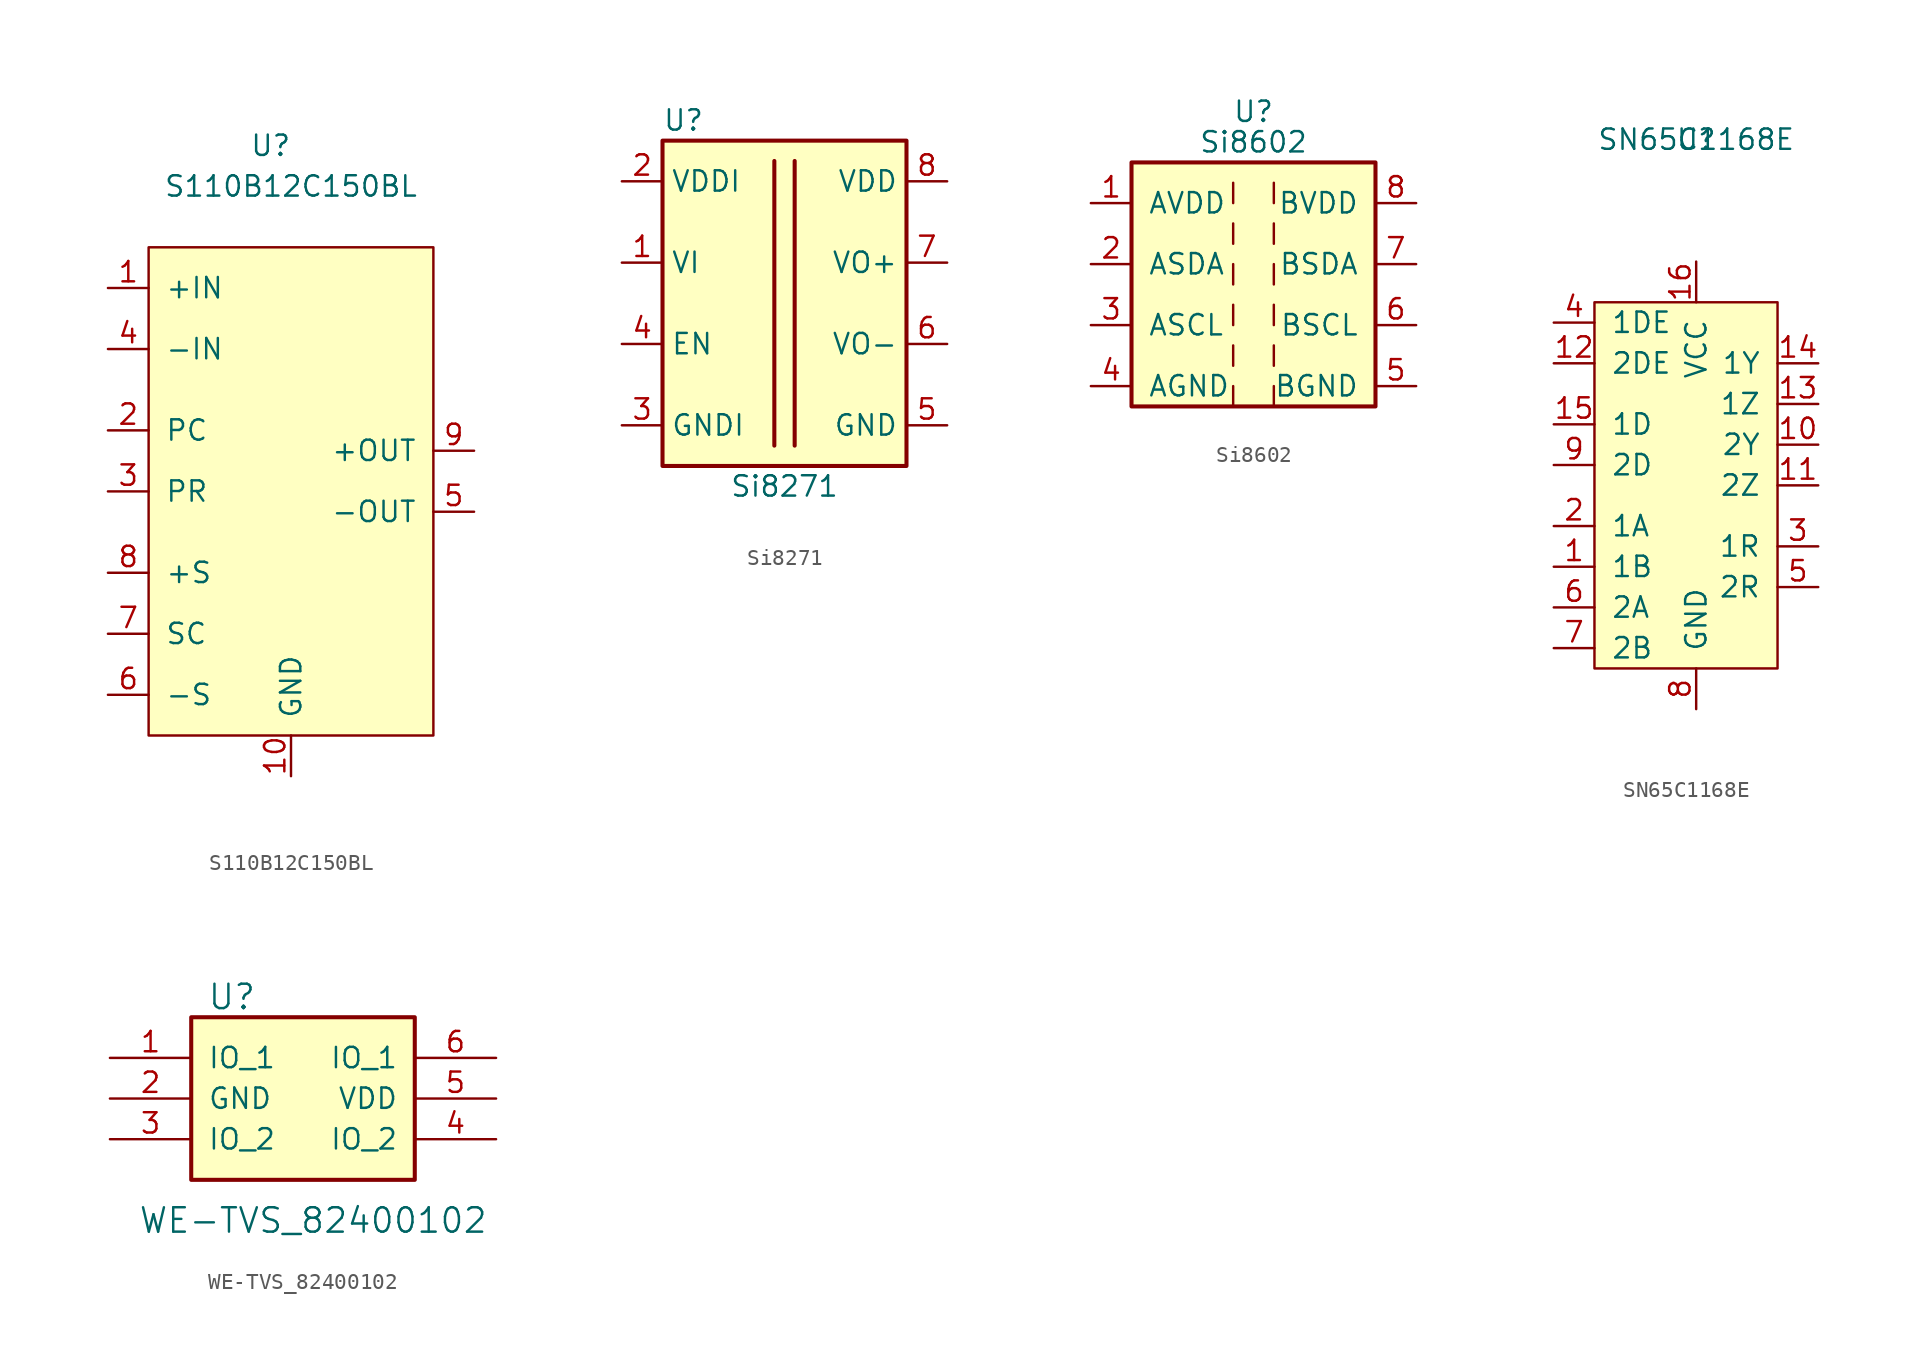
<source format=kicad_sym>
(kicad_symbol_lib
  (version 20211014)
  (generator kicad_symbol_editor)
  (symbol "S110B12C150BL"
    (pin_names
      (offset 1.016))
    (property "Reference" "U"
      (at -1.27 22.86 0)
      (effects (font (size 1.27 1.27))))
    (property "Value" "S110B12C150BL"
      (at 0 20.32 0)
      (effects (font (size 1.27 1.27))))
    (symbol "S110B12C150BL_0_1"
      (rectangle (start -8.89 16.51) (end 8.89 -13.97) (stroke (width 0) (type default) (color 0 0 0 0)) (fill (type background))))
    (symbol "S110B12C150BL_1_1"
      (pin input line (at -11.43 13.97 0) (length 2.54) (name "+IN" (effects (font (size 1.27 1.27)))) (number "1" (effects (font (size 1.27 1.27)))))
      (pin power_in line (at 0 -16.51 90) (length 2.54) (name "GND" (effects (font (size 1.27 1.27)))) (number "10" (effects (font (size 1.27 1.27)))))
      (pin passive line (at 0 -16.51 90) (length 2.54) hide (name "GND" (effects (font (size 1.27 1.27)))) (number "11" (effects (font (size 1.27 1.27)))))
      (pin passive line (at 0 -16.51 90) (length 2.54) hide (name "GND" (effects (font (size 1.27 1.27)))) (number "12" (effects (font (size 1.27 1.27)))))
      (pin passive line (at 0 -16.51 90) (length 2.54) hide (name "GND" (effects (font (size 1.27 1.27)))) (number "13" (effects (font (size 1.27 1.27)))))
      (pin passive line (at 0 -16.51 90) (length 2.54) hide (name "GND" (effects (font (size 1.27 1.27)))) (number "14" (effects (font (size 1.27 1.27)))))
      (pin passive line (at 0 -16.51 90) (length 2.54) hide (name "GND" (effects (font (size 1.27 1.27)))) (number "15" (effects (font (size 1.27 1.27)))))
      (pin input line (at -11.43 5.08 0) (length 2.54) (name "PC" (effects (font (size 1.27 1.27)))) (number "2" (effects (font (size 1.27 1.27)))))
      (pin input line (at -11.43 1.27 0) (length 2.54) (name "PR" (effects (font (size 1.27 1.27)))) (number "3" (effects (font (size 1.27 1.27)))))
      (pin input line (at -11.43 10.16 0) (length 2.54) (name "-IN" (effects (font (size 1.27 1.27)))) (number "4" (effects (font (size 1.27 1.27)))))
      (pin output line (at 11.43 0 180) (length 2.54) (name "-OUT" (effects (font (size 1.27 1.27)))) (number "5" (effects (font (size 1.27 1.27)))))
      (pin passive line (at -11.43 -11.43 0) (length 2.54) (name "-S" (effects (font (size 1.27 1.27)))) (number "6" (effects (font (size 1.27 1.27)))))
      (pin input line (at -11.43 -7.62 0) (length 2.54) (name "SC" (effects (font (size 1.27 1.27)))) (number "7" (effects (font (size 1.27 1.27)))))
      (pin passive line (at -11.43 -3.81 0) (length 2.54) (name "+S" (effects (font (size 1.27 1.27)))) (number "8" (effects (font (size 1.27 1.27)))))
      (pin output line (at 11.43 3.81 180) (length 2.54) (name "+OUT" (effects (font (size 1.27 1.27)))) (number "9" (effects (font (size 1.27 1.27)))))))
  (symbol "Si8271"
    (property "Reference" "U"
      (at -7.62 11.43 0)
      (effects (font (size 1.27 1.27)) (justify left)))
    (property "Value" "Si8271"
      (at 0 -11.43 0)
      (effects (font (size 1.27 1.27))))
    (symbol "Si8271_0_1"
      (rectangle (start -7.62 10.16) (end 7.62 -10.16) (stroke (width 0.254) (type default) (color 0 0 0 0)) (fill (type background)))
      (polyline (pts (xy -0.635 8.89) (xy -0.635 -8.89)) (stroke (width 0.254) (type default) (color 0 0 0 0)) (fill (type none)))
      (polyline (pts (xy 0.635 -8.89) (xy 0.635 8.89)) (stroke (width 0.254) (type default) (color 0 0 0 0)) (fill (type none))))
    (symbol "Si8271_1_1"
      (pin input line (at -10.16 2.54 0) (length 2.54) (name "VI" (effects (font (size 1.27 1.27)))) (number "1" (effects (font (size 1.27 1.27)))))
      (pin power_in line (at -10.16 7.62 0) (length 2.54) (name "VDDI" (effects (font (size 1.27 1.27)))) (number "2" (effects (font (size 1.27 1.27)))))
      (pin power_in line (at -10.16 -7.62 0) (length 2.54) (name "GNDI" (effects (font (size 1.27 1.27)))) (number "3" (effects (font (size 1.27 1.27)))))
      (pin input line (at -10.16 -2.54 0) (length 2.54) (name "EN" (effects (font (size 1.27 1.27)))) (number "4" (effects (font (size 1.27 1.27)))))
      (pin power_in line (at 10.16 -7.62 180) (length 2.54) (name "GND" (effects (font (size 1.27 1.27)))) (number "5" (effects (font (size 1.27 1.27)))))
      (pin output line (at 10.16 -2.54 180) (length 2.54) (name "VO-" (effects (font (size 1.27 1.27)))) (number "6" (effects (font (size 1.27 1.27)))))
      (pin output line (at 10.16 2.54 180) (length 2.54) (name "VO+" (effects (font (size 1.27 1.27)))) (number "7" (effects (font (size 1.27 1.27)))))
      (pin power_in line (at 10.16 7.62 180) (length 2.54) (name "VDD" (effects (font (size 1.27 1.27)))) (number "8" (effects (font (size 1.27 1.27)))))))
  (symbol "Si8602"
    (pin_names
      (offset 1.016))
    (property "Reference" "U"
      (at 0 10.795 0)
      (effects (font (size 1.27 1.27))))
    (property "Value" "Si8602"
      (at 0 8.89 0)
      (effects (font (size 1.27 1.27))))
    (symbol "Si8602_0_1"
      (rectangle (start -7.62 7.62) (end 7.62 -7.62) (stroke (width 0.254) (type default) (color 0 0 0 0)) (fill (type background)))
      (polyline (pts (xy -1.27 -6.35) (xy -1.27 -7.62)) (stroke (width 0) (type default) (color 0 0 0 0)) (fill (type none)))
      (polyline (pts (xy -1.27 -3.81) (xy -1.27 -5.08)) (stroke (width 0) (type default) (color 0 0 0 0)) (fill (type none)))
      (polyline (pts (xy -1.27 -1.27) (xy -1.27 -2.54)) (stroke (width 0) (type default) (color 0 0 0 0)) (fill (type none)))
      (polyline (pts (xy -1.27 1.27) (xy -1.27 0)) (stroke (width 0) (type default) (color 0 0 0 0)) (fill (type none)))
      (polyline (pts (xy -1.27 3.81) (xy -1.27 2.54)) (stroke (width 0) (type default) (color 0 0 0 0)) (fill (type none)))
      (polyline (pts (xy -1.27 6.35) (xy -1.27 5.08)) (stroke (width 0) (type default) (color 0 0 0 0)) (fill (type none)))
      (polyline (pts (xy 1.27 -6.35) (xy 1.27 -7.62)) (stroke (width 0) (type default) (color 0 0 0 0)) (fill (type none)))
      (polyline (pts (xy 1.27 -3.81) (xy 1.27 -5.08)) (stroke (width 0) (type default) (color 0 0 0 0)) (fill (type none)))
      (polyline (pts (xy 1.27 -1.27) (xy 1.27 -2.54)) (stroke (width 0) (type default) (color 0 0 0 0)) (fill (type none)))
      (polyline (pts (xy 1.27 1.27) (xy 1.27 0)) (stroke (width 0) (type default) (color 0 0 0 0)) (fill (type none)))
      (polyline (pts (xy 1.27 3.81) (xy 1.27 2.54)) (stroke (width 0) (type default) (color 0 0 0 0)) (fill (type none)))
      (polyline (pts (xy 1.27 6.35) (xy 1.27 5.08)) (stroke (width 0) (type default) (color 0 0 0 0)) (fill (type none))))
    (symbol "Si8602_1_1"
      (pin power_in line (at -10.16 5.08 0) (length 2.54) (name "AVDD" (effects (font (size 1.27 1.27)))) (number "1" (effects (font (size 1.27 1.27)))))
      (pin bidirectional line (at -10.16 1.27 0) (length 2.54) (name "ASDA" (effects (font (size 1.27 1.27)))) (number "2" (effects (font (size 1.27 1.27)))))
      (pin bidirectional line (at -10.16 -2.54 0) (length 2.54) (name "ASCL" (effects (font (size 1.27 1.27)))) (number "3" (effects (font (size 1.27 1.27)))))
      (pin power_in line (at -10.16 -6.35 0) (length 2.54) (name "AGND" (effects (font (size 1.27 1.27)))) (number "4" (effects (font (size 1.27 1.27)))))
      (pin power_in line (at 10.16 -6.35 180) (length 2.54) (name "BGND" (effects (font (size 1.27 1.27)))) (number "5" (effects (font (size 1.27 1.27)))))
      (pin bidirectional line (at 10.16 -2.54 180) (length 2.54) (name "BSCL" (effects (font (size 1.27 1.27)))) (number "6" (effects (font (size 1.27 1.27)))))
      (pin bidirectional line (at 10.16 1.27 180) (length 2.54) (name "BSDA" (effects (font (size 1.27 1.27)))) (number "7" (effects (font (size 1.27 1.27)))))
      (pin power_in line (at 10.16 5.08 180) (length 2.54) (name "BVDD" (effects (font (size 1.27 1.27)))) (number "8" (effects (font (size 1.27 1.27)))))))
  (symbol "SN65C1168E"
    (pin_names
      (offset 1.016))
    (property "Reference" "U"
      (at 0 0 0)
      (effects (font (size 1.27 1.27))))
    (property "Value" "SN65C1168E"
      (at 0 0 0)
      (effects (font (size 1.27 1.27))))
    (symbol "SN65C1168E_0_1"
      (rectangle (start -6.35 -10.16) (end 5.08 -33.02) (stroke (width 0) (type default) (color 0 0 0 0)) (fill (type background))))
    (symbol "SN65C1168E_1_1"
      (pin input line (at -8.89 -26.67 0) (length 2.54) (name "1B" (effects (font (size 1.27 1.27)))) (number "1" (effects (font (size 1.27 1.27)))))
      (pin output line (at 7.62 -19.05 180) (length 2.54) (name "2Y" (effects (font (size 1.27 1.27)))) (number "10" (effects (font (size 1.27 1.27)))))
      (pin output line (at 7.62 -21.59 180) (length 2.54) (name "2Z" (effects (font (size 1.27 1.27)))) (number "11" (effects (font (size 1.27 1.27)))))
      (pin input line (at -8.89 -13.97 0) (length 2.54) (name "2DE" (effects (font (size 1.27 1.27)))) (number "12" (effects (font (size 1.27 1.27)))))
      (pin output line (at 7.62 -16.51 180) (length 2.54) (name "1Z" (effects (font (size 1.27 1.27)))) (number "13" (effects (font (size 1.27 1.27)))))
      (pin output line (at 7.62 -13.97 180) (length 2.54) (name "1Y" (effects (font (size 1.27 1.27)))) (number "14" (effects (font (size 1.27 1.27)))))
      (pin input line (at -8.89 -17.78 0) (length 2.54) (name "1D" (effects (font (size 1.27 1.27)))) (number "15" (effects (font (size 1.27 1.27)))))
      (pin power_in line (at 0 -7.62 270) (length 2.54) (name "VCC" (effects (font (size 1.27 1.27)))) (number "16" (effects (font (size 1.27 1.27)))))
      (pin input line (at -8.89 -24.13 0) (length 2.54) (name "1A" (effects (font (size 1.27 1.27)))) (number "2" (effects (font (size 1.27 1.27)))))
      (pin output line (at 7.62 -25.4 180) (length 2.54) (name "1R" (effects (font (size 1.27 1.27)))) (number "3" (effects (font (size 1.27 1.27)))))
      (pin input line (at -8.89 -11.43 0) (length 2.54) (name "1DE" (effects (font (size 1.27 1.27)))) (number "4" (effects (font (size 1.27 1.27)))))
      (pin output line (at 7.62 -27.94 180) (length 2.54) (name "2R" (effects (font (size 1.27 1.27)))) (number "5" (effects (font (size 1.27 1.27)))))
      (pin input line (at -8.89 -29.21 0) (length 2.54) (name "2A" (effects (font (size 1.27 1.27)))) (number "6" (effects (font (size 1.27 1.27)))))
      (pin input line (at -8.89 -31.75 0) (length 2.54) (name "2B" (effects (font (size 1.27 1.27)))) (number "7" (effects (font (size 1.27 1.27)))))
      (pin power_in line (at 0 -35.56 90) (length 2.54) (name "GND" (effects (font (size 1.27 1.27)))) (number "8" (effects (font (size 1.27 1.27)))))
      (pin input line (at -8.89 -20.32 0) (length 2.54) (name "2D" (effects (font (size 1.27 1.27)))) (number "9" (effects (font (size 1.27 1.27)))))))
  (symbol "WE-TVS_82400102"
    (pin_names
      (offset 1.016))
    (property "Reference" "U"
      (at -5.08 6.35 0)
      (effects (font (size 1.524 1.524))))
    (property "Value" "WE-TVS_82400102"
      (at 0 -7.62 0)
      (effects (font (size 1.524 1.524))))
    (symbol "WE-TVS_82400102_0_1"
      (rectangle (start -7.62 5.08) (end 6.35 -5.08) (stroke (width 0.254) (type default) (color 0 0 0 0)) (fill (type background)))
      (rectangle (start 6.35 -5.08) (end 6.35 -5.08) (stroke (width 0) (type default) (color 0 0 0 0)) (fill (type none))))
    (symbol "WE-TVS_82400102_1_1"
      (pin bidirectional line (at -12.7 2.54 0) (length 5.08) (name "IO_1" (effects (font (size 1.27 1.27)))) (number "1" (effects (font (size 1.27 1.27)))))
      (pin power_in line (at -12.7 0 0) (length 5.08) (name "GND" (effects (font (size 1.27 1.27)))) (number "2" (effects (font (size 1.27 1.27)))))
      (pin bidirectional line (at -12.7 -2.54 0) (length 5.08) (name "IO_2" (effects (font (size 1.27 1.27)))) (number "3" (effects (font (size 1.27 1.27)))))
      (pin bidirectional line (at 11.43 -2.54 180) (length 5.08) (name "IO_2" (effects (font (size 1.27 1.27)))) (number "4" (effects (font (size 1.27 1.27)))))
      (pin power_in line (at 11.43 0 180) (length 5.08) (name "VDD" (effects (font (size 1.27 1.27)))) (number "5" (effects (font (size 1.27 1.27)))))
      (pin bidirectional line (at 11.43 2.54 180) (length 5.08) (name "IO_1" (effects (font (size 1.27 1.27)))) (number "6" (effects (font (size 1.27 1.27))))))))
</source>
